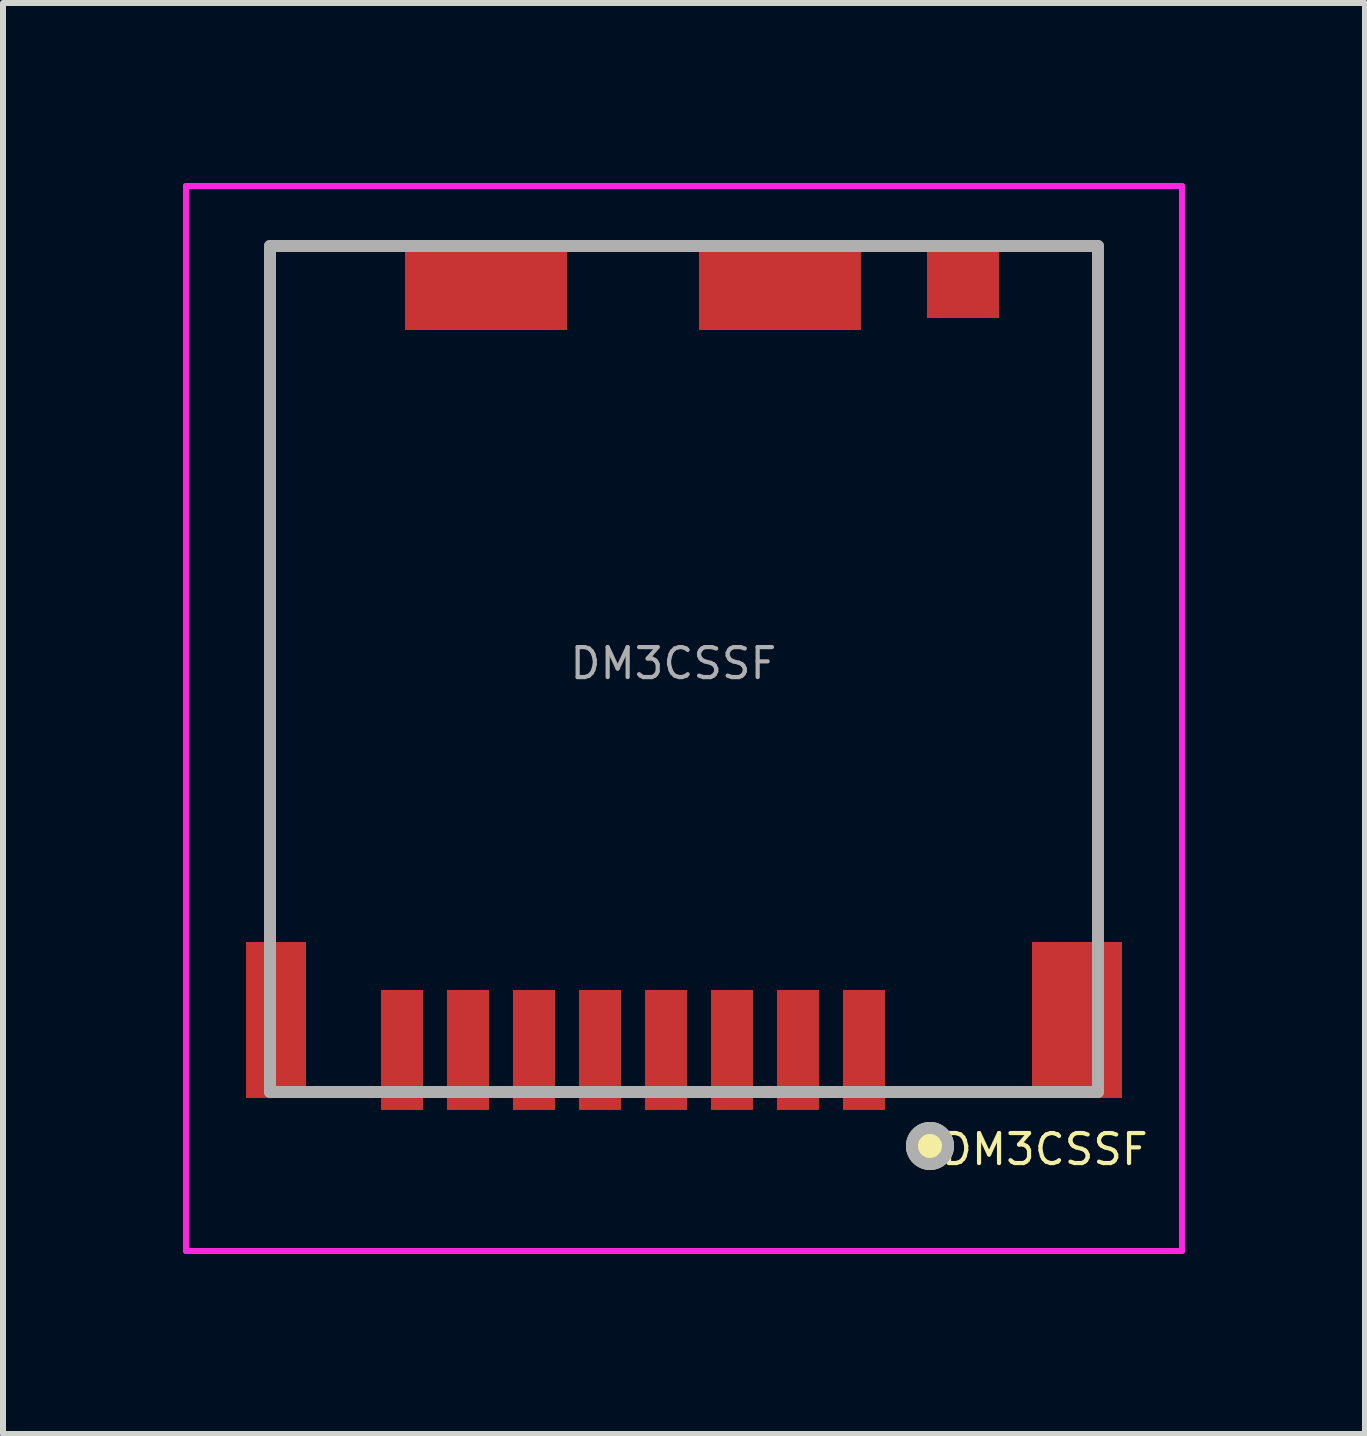
<source format=kicad_pcb>
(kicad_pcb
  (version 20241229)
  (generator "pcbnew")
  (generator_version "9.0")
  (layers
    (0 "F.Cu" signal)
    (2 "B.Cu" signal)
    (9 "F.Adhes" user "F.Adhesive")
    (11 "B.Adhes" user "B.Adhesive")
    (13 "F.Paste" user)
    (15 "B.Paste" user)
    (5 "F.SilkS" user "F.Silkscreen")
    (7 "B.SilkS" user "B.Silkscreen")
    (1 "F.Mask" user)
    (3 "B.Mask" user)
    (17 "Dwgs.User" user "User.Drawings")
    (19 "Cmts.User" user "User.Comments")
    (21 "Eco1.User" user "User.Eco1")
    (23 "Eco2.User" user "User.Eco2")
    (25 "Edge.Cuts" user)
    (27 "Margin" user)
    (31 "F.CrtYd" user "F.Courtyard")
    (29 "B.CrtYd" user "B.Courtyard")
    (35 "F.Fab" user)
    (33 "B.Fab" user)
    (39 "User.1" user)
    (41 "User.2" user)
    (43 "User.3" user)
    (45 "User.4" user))
  (footprint "DM3CSSF"
    (layer "F.Cu")
    (at 8.35 8.1)
    (property "Reference" "DM3CSSF" (at 6.013 8.007 0) (layer "F.SilkS") (effects (font (size 0.5 0.5) (thickness 0.07))))
    (attr smd)
    (fp_line (start -6.9 -7.05) (end -6.9 4.224) (stroke (width 0.1) (type solid)) (layer "F.SilkS"))
    (fp_line (start 6.9 -7.05) (end 6.9 4.25) (stroke (width 0.1) (type solid)) (layer "F.SilkS"))
    (fp_circle (center 4.1 7.95) (end 4.4 7.95) (stroke (width 0.2) (type solid)) (fill yes) (layer "F.SilkS"))
    (fp_line (start -8.3 -8.05) (end 8.3 -8.05) (stroke (width 0.1) (type solid)) (layer "F.CrtYd"))
    (fp_line (start -8.3 9.7) (end -8.3 -8.05) (stroke (width 0.1) (type solid)) (layer "F.CrtYd"))
    (fp_line (start 8.3 -8.05) (end 8.3 9.7) (stroke (width 0.1) (type solid)) (layer "F.CrtYd"))
    (fp_line (start 8.3 9.7) (end -8.3 9.7) (stroke (width 0.1) (type solid)) (layer "F.CrtYd"))
    (fp_line (start -6.9 -7.05) (end 6.9 -7.05) (stroke (width 0.2) (type solid)) (layer "F.Fab"))
    (fp_line (start -6.9 7.05) (end -6.9 -7.05) (stroke (width 0.2) (type solid)) (layer "F.Fab"))
    (fp_line (start 6.9 -7.05) (end 6.9 7.05) (stroke (width 0.2) (type solid)) (layer "F.Fab"))
    (fp_line (start 6.9 7.05) (end -6.9 7.05) (stroke (width 0.2) (type solid)) (layer "F.Fab"))
    (fp_circle (center 4.1 7.95) (end 4.4 7.95) (stroke (width 0.2) (type solid)) (fill no) (layer "F.Fab"))
    (fp_text user "${REFERENCE}" (at -0.177 -0.093 0) (layer "F.Fab") (effects (font (size 0.5 0.5) (thickness 0.07))))
    (pad "1" smd rect (at 3 6.35) (size 0.7 2) (layers "F.Cu" "F.Mask" "F.Paste"))
    (pad "2" smd rect (at 1.9 6.35) (size 0.7 2) (layers "F.Cu" "F.Mask" "F.Paste"))
    (pad "3" smd rect (at 0.8 6.35) (size 0.7 2) (layers "F.Cu" "F.Mask" "F.Paste"))
    (pad "4" smd rect (at -0.3 6.35) (size 0.7 2) (layers "F.Cu" "F.Mask" "F.Paste"))
    (pad "5" smd rect (at -1.4 6.35) (size 0.7 2) (layers "F.Cu" "F.Mask" "F.Paste"))
    (pad "6" smd rect (at -2.5 6.35) (size 0.7 2) (layers "F.Cu" "F.Mask" "F.Paste"))
    (pad "7" smd rect (at -3.6 6.35) (size 0.7 2) (layers "F.Cu" "F.Mask" "F.Paste"))
    (pad "8" smd rect (at -4.7 6.35) (size 0.7 2) (layers "F.Cu" "F.Mask" "F.Paste"))
    (pad "CD" smd rect (at 1.6 -6.35 90) (size 1.4 2.7) (layers "F.Cu" "F.Mask" "F.Paste"))
    (pad "G1" smd rect (at -6.8 5.85) (size 1 2.6) (layers "F.Cu" "F.Mask" "F.Paste"))
    (pad "G2" smd rect (at -3.3 -6.35 90) (size 1.4 2.7) (layers "F.Cu" "F.Mask" "F.Paste"))
    (pad "G3" smd rect (at 4.65 -6.45 90) (size 1.2 1.2) (layers "F.Cu" "F.Mask" "F.Paste"))
    (pad "G4" smd rect (at 6.55 5.85) (size 1.5 2.6) (layers "F.Cu" "F.Mask" "F.Paste")))
  (gr_rect
    (start -3 -3)
    (end 19.7 20.85)
    (stroke (width 0.1) (type default))
    (fill no)
    (layer "Edge.Cuts")))
</source>
